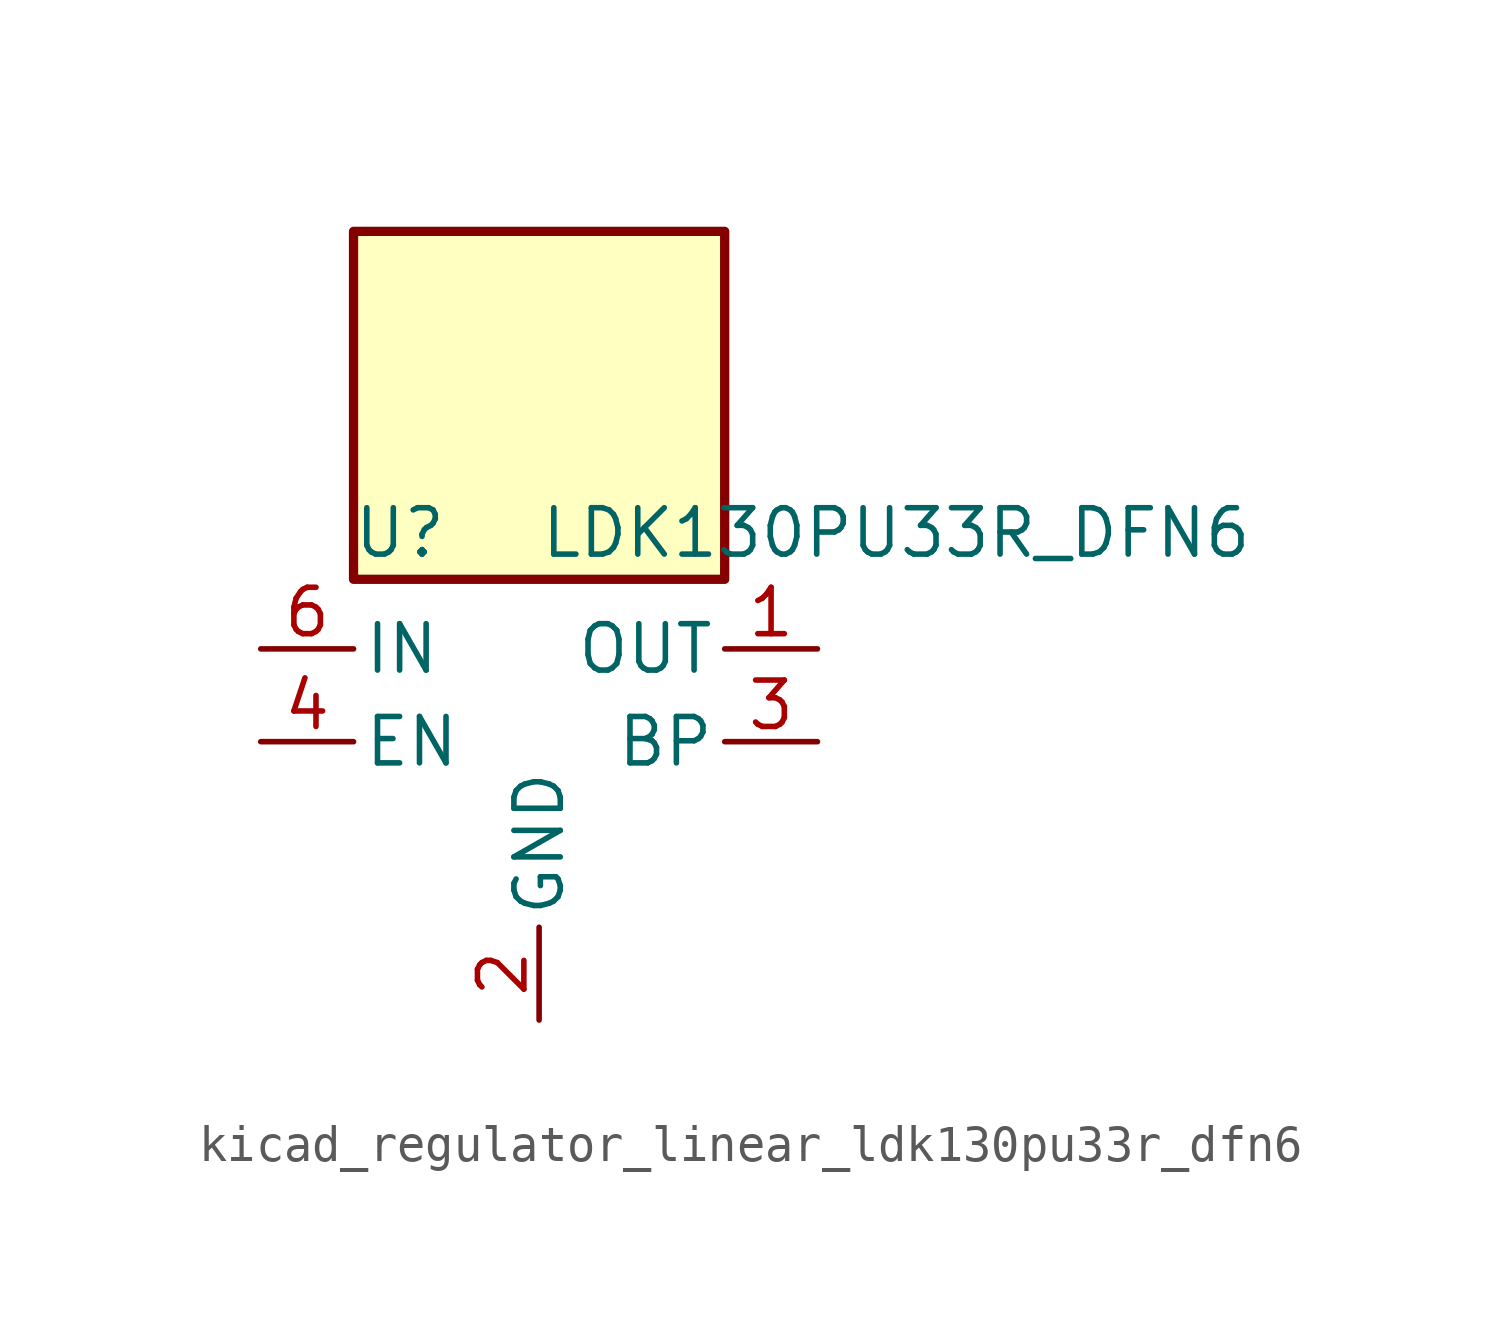
<source format=kicad_sym>
(kicad_symbol_lib
  (version 20220914)
  (generator kicad_symbol_editor)
  (symbol "kicad_regulator_linear_ldk130pu33r_dfn6"
    (pin_names
      (offset 0.254))
    (property "Reference" "U"
      (at -3.81 5.715 0)
      (effects (font (size 1.27 1.27))))
    (property "Value" "LDK130PU33R_DFN6"
      (at 0 5.715 0)
      (effects (font (size 1.27 1.27)) (justify left)))
    (symbol "kicad_regulator_linear_ldk130pu33r_dfn6_0_1"
      (rectangle (start 5.08 13.97) (end -5.08 4.445) (stroke (width 0.254) (type default)) (fill (type background))))
    (symbol "kicad_regulator_linear_ldk130pu33r_dfn6_1_1"
      (pin power_out line (at 7.62 2.54 180) (length 2.54) (name "OUT" (effects (font (size 1.27 1.27)))) (number "1" (effects (font (size 1.27 1.27)))))
      (pin power_in line (at 0 -7.62 90) (length 2.54) (name "GND" (effects (font (size 1.27 1.27)))) (number "2" (effects (font (size 1.27 1.27)))))
      (pin passive line (at 7.62 0 180) (length 2.54) (name "BP" (effects (font (size 1.27 1.27)))) (number "3" (effects (font (size 1.27 1.27)))))
      (pin input line (at -7.62 0 0) (length 2.54) (name "EN" (effects (font (size 1.27 1.27)))) (number "4" (effects (font (size 1.27 1.27)))))
      (pin no_connect line (at -5.08 -2.54 0) (length 2.54) hide (name "NC" (effects (font (size 1.27 1.27)))) (number "5" (effects (font (size 1.27 1.27)))))
      (pin power_in line (at -7.62 2.54 0) (length 2.54) (name "IN" (effects (font (size 1.27 1.27)))) (number "6" (effects (font (size 1.27 1.27))))))))
</source>
